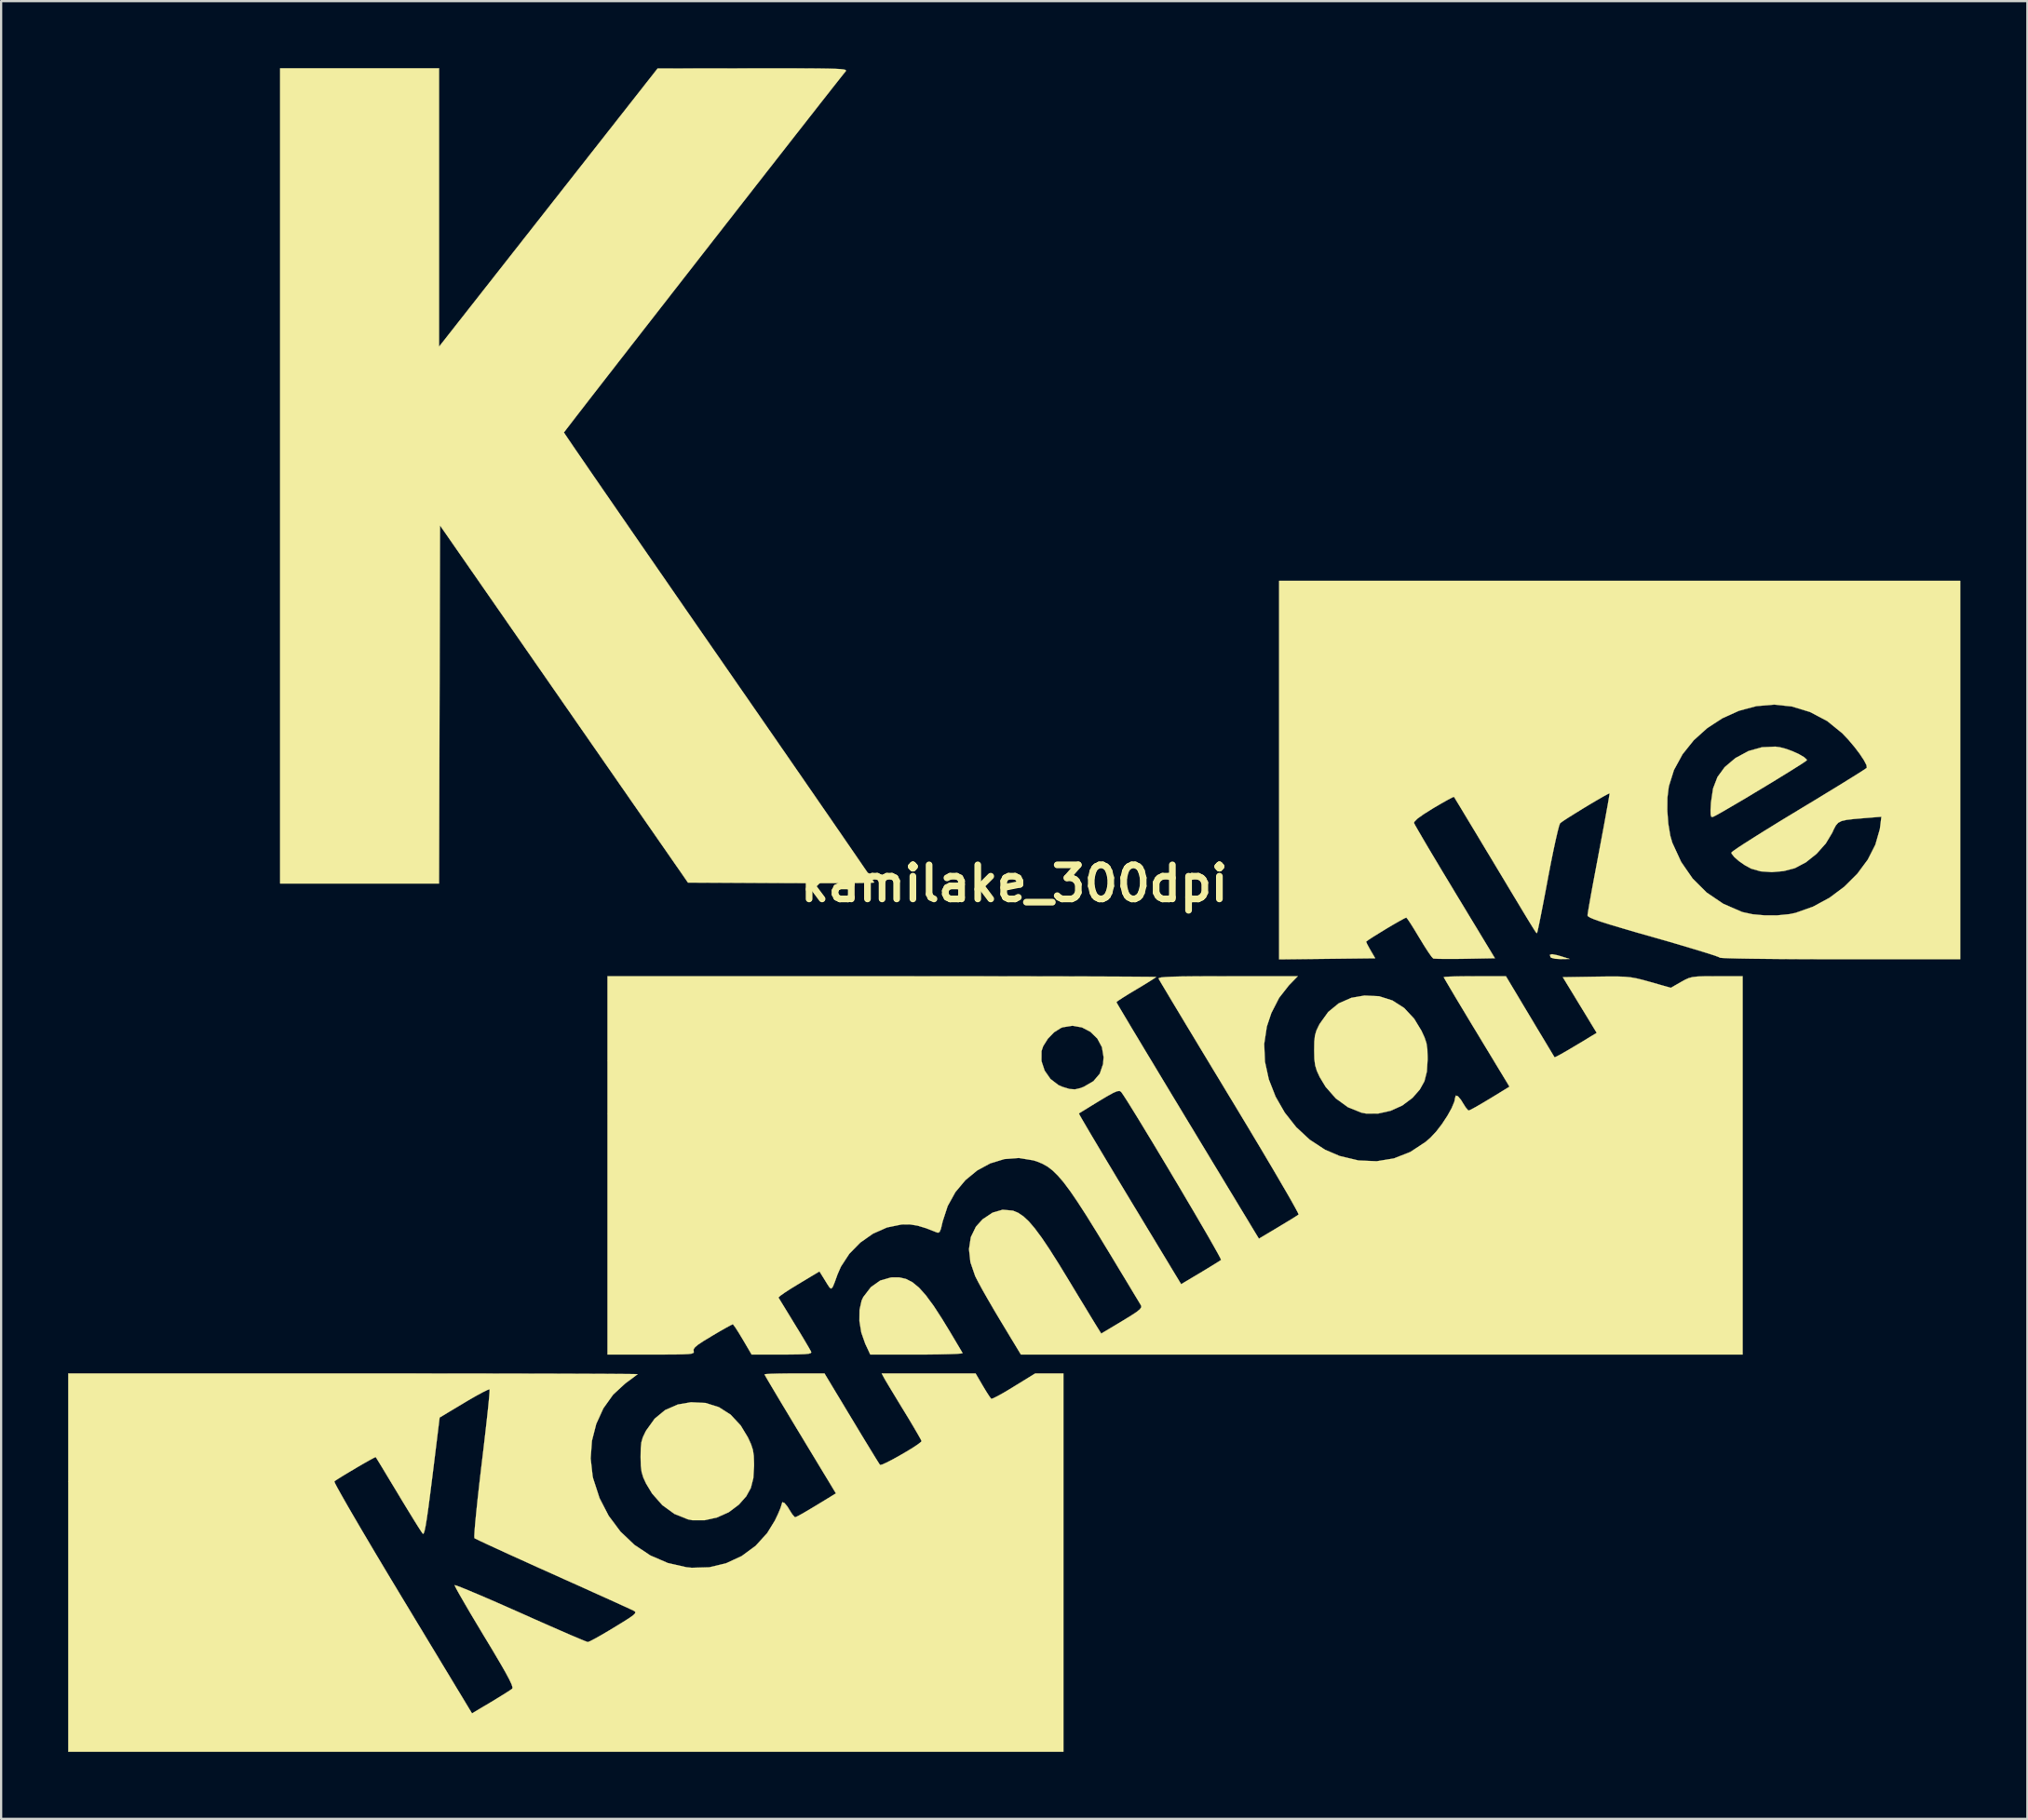
<source format=kicad_pcb>
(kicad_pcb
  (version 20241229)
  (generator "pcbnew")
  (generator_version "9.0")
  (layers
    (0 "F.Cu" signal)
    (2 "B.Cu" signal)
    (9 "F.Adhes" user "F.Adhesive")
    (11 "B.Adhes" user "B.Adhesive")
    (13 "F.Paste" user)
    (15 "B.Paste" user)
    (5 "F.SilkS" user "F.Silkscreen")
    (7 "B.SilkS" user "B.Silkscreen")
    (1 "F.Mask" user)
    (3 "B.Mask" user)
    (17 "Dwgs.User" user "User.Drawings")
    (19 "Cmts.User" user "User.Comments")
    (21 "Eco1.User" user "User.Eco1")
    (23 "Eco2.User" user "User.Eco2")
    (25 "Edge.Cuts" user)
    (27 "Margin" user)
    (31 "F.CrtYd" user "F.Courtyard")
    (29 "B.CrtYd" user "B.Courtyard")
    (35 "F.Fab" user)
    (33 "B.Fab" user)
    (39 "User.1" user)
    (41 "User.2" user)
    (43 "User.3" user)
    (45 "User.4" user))
  (footprint "kamilake_300dpi"
    (layer "F.Cu")
    (at 42.338 36.496)
    (property "Reference" "kamilake_300dpi" (at 0 0 0) (layer "F.SilkS") (effects (font (size 1.524 1.524) (thickness 0.3))))
    (attr through_hole)
    (fp_poly (pts (xy 24.301 3.209) (xy 24.439 3.249) (xy 24.85 3.375) (xy 24.452 3.381) (xy 24.206 3.367) (xy 24.036 3.324) (xy 24 3.296) (xy 23.97 3.192) (xy 24.067 3.163) (xy 24.301 3.209)) (stroke (width 0.01) (type solid)) (fill yes) (layer "F.SilkS"))
    (fp_poly (pts (xy -5.143 17.63) (xy -4.845 17.698) (xy -4.557 17.845) (xy -4.264 18.086) (xy -3.954 18.432) (xy -3.611 18.897) (xy -3.223 19.494) (xy -2.907 20.013) (xy -2.693 20.371) (xy -2.511 20.677) (xy -2.379 20.901) (xy -2.313 21.013) (xy -2.31 21.018) (xy -2.381 21.036) (xy -2.6 21.052) (xy -2.942 21.065) (xy -3.387 21.075) (xy -3.912 21.081) (xy -4.36 21.082) (xy -6.444 21.082) (xy -6.67 20.595) (xy -6.843 20.1) (xy -6.929 19.581) (xy -6.924 19.085) (xy -6.828 18.661) (xy -6.755 18.508) (xy -6.415 18.064) (xy -6.002 17.772) (xy -5.522 17.634) (xy -5.465 17.629) (xy -5.143 17.63)) (stroke (width 0.01) (type solid)) (fill yes) (layer "F.SilkS"))
    (fp_poly (pts (xy 34.259 -6.101) (xy 34.539 -6.028) (xy 34.842 -5.916) (xy 35.126 -5.785) (xy 35.348 -5.656) (xy 35.464 -5.549) (xy 35.473 -5.521) (xy 35.403 -5.465) (xy 35.209 -5.336) (xy 34.913 -5.149) (xy 34.538 -4.916) (xy 34.106 -4.65) (xy 33.638 -4.366) (xy 33.158 -4.077) (xy 32.687 -3.795) (xy 32.247 -3.535) (xy 31.861 -3.31) (xy 31.55 -3.132) (xy 31.338 -3.016) (xy 31.25 -2.976) (xy 31.192 -2.989) (xy 31.163 -3.087) (xy 31.16 -3.296) (xy 31.178 -3.619) (xy 31.272 -4.251) (xy 31.471 -4.77) (xy 31.792 -5.209) (xy 32.253 -5.6) (xy 32.296 -5.629) (xy 32.862 -5.932) (xy 33.463 -6.101) (xy 34.058 -6.128) (xy 34.259 -6.101)) (stroke (width 0.01) (type solid)) (fill yes) (layer "F.SilkS"))
    (fp_poly (pts (xy -13.814 23.249) (xy -13.218 23.436) (xy -12.691 23.774) (xy -12.241 24.257) (xy -11.919 24.79) (xy -11.778 25.096) (xy -11.695 25.348) (xy -11.655 25.615) (xy -11.643 25.965) (xy -11.643 26.076) (xy -11.676 26.618) (xy -11.786 27.052) (xy -11.993 27.428) (xy -12.318 27.795) (xy -12.325 27.802) (xy -12.772 28.138) (xy -13.3 28.375) (xy -13.86 28.5) (xy -14.402 28.499) (xy -14.605 28.459) (xy -15.207 28.216) (xy -15.747 27.826) (xy -16.205 27.307) (xy -16.474 26.86) (xy -16.601 26.586) (xy -16.675 26.342) (xy -16.711 26.063) (xy -16.721 25.685) (xy -16.721 25.654) (xy -16.714 25.277) (xy -16.686 25.008) (xy -16.622 24.787) (xy -16.509 24.552) (xy -16.472 24.483) (xy -16.093 23.954) (xy -15.622 23.566) (xy -15.057 23.319) (xy -14.468 23.218) (xy -13.814 23.249)) (stroke (width 0.01) (type solid)) (fill yes) (layer "F.SilkS"))
    (fp_poly (pts (xy 16.328 5.045) (xy 16.923 5.233) (xy 17.45 5.571) (xy 17.9 6.054) (xy 18.222 6.587) (xy 18.363 6.893) (xy 18.447 7.145) (xy 18.487 7.412) (xy 18.498 7.762) (xy 18.499 7.872) (xy 18.466 8.415) (xy 18.356 8.849) (xy 18.148 9.224) (xy 17.824 9.592) (xy 17.816 9.599) (xy 17.369 9.934) (xy 16.841 10.172) (xy 16.282 10.297) (xy 15.74 10.295) (xy 15.536 10.256) (xy 14.934 10.013) (xy 14.394 9.623) (xy 13.936 9.104) (xy 13.667 8.657) (xy 13.54 8.382) (xy 13.466 8.138) (xy 13.43 7.86) (xy 13.421 7.482) (xy 13.421 7.451) (xy 13.427 7.074) (xy 13.456 6.805) (xy 13.52 6.583) (xy 13.632 6.348) (xy 13.67 6.279) (xy 14.048 5.75) (xy 14.52 5.363) (xy 15.084 5.116) (xy 15.673 5.014) (xy 16.328 5.045)) (stroke (width 0.01) (type solid)) (fill yes) (layer "F.SilkS"))
    (fp_poly (pts (xy -25.739 -24.031) (xy -20.849 -30.257) (xy -15.96 -36.482) (xy -11.692 -36.487) (xy -10.733 -36.488) (xy -9.93 -36.487) (xy -9.269 -36.486) (xy -8.738 -36.482) (xy -8.324 -36.476) (xy -8.012 -36.468) (xy -7.79 -36.456) (xy -7.645 -36.44) (xy -7.563 -36.421) (xy -7.53 -36.396) (xy -7.535 -36.367) (xy -7.552 -36.343) (xy -7.641 -36.234) (xy -7.824 -36.004) (xy -8.092 -35.663) (xy -8.439 -35.223) (xy -8.856 -34.691) (xy -9.335 -34.079) (xy -9.87 -33.397) (xy -10.451 -32.653) (xy -11.072 -31.859) (xy -11.724 -31.024) (xy -12.4 -30.158) (xy -13.092 -29.271) (xy -13.793 -28.373) (xy -14.494 -27.473) (xy -15.188 -26.583) (xy -15.867 -25.711) (xy -16.524 -24.868) (xy -17.15 -24.064) (xy -17.738 -23.308) (xy -18.28 -22.611) (xy -18.769 -21.982) (xy -19.196 -21.431) (xy -19.554 -20.968) (xy -19.835 -20.604) (xy -20.031 -20.348) (xy -20.136 -20.21) (xy -20.151 -20.188) (xy -20.103 -20.114) (xy -19.965 -19.908) (xy -19.741 -19.579) (xy -19.436 -19.135) (xy -19.057 -18.582) (xy -18.608 -17.929) (xy -18.094 -17.184) (xy -17.522 -16.355) (xy -16.897 -15.449) (xy -16.223 -14.474) (xy -15.507 -13.438) (xy -14.754 -12.348) (xy -13.969 -11.214) (xy -13.208 -10.116) (xy -12.398 -8.946) (xy -11.614 -7.814) (xy -10.863 -6.728) (xy -10.149 -5.695) (xy -9.479 -4.725) (xy -8.857 -3.823) (xy -8.288 -2.999) (xy -7.779 -2.26) (xy -7.334 -1.613) (xy -6.959 -1.067) (xy -6.659 -0.63) (xy -6.44 -0.308) (xy -6.307 -0.111) (xy -6.265 -0.046) (xy -6.347 -0.037) (xy -6.582 -0.029) (xy -6.955 -0.023) (xy -7.448 -0.019) (xy -8.045 -0.016) (xy -8.732 -0.016) (xy -9.49 -0.017) (xy -10.305 -0.02) (xy -10.434 -0.02) (xy -14.602 -0.042) (xy -25.696 -16.025) (xy -25.718 -8.013) (xy -25.74 0) (xy -32.851 0) (xy -32.851 -36.491) (xy -25.739 -36.491) (xy -25.739 -24.031)) (stroke (width 0.01) (type solid)) (fill yes) (layer "F.SilkS"))
    (fp_poly (pts (xy 42.333 3.387) (xy 36.957 3.387) (xy 36.02 3.386) (xy 35.135 3.383) (xy 34.316 3.378) (xy 33.577 3.371) (xy 32.933 3.364) (xy 32.398 3.355) (xy 31.985 3.344) (xy 31.71 3.333) (xy 31.586 3.322) (xy 31.581 3.319) (xy 31.502 3.281) (xy 31.279 3.203) (xy 30.928 3.091) (xy 30.469 2.95) (xy 29.919 2.785) (xy 29.297 2.603) (xy 28.62 2.409) (xy 28.618 2.408) (xy 27.814 2.179) (xy 27.161 1.988) (xy 26.644 1.833) (xy 26.252 1.708) (xy 25.97 1.609) (xy 25.785 1.532) (xy 25.684 1.473) (xy 25.654 1.427) (xy 25.67 1.312) (xy 25.713 1.052) (xy 25.781 0.668) (xy 25.869 0.181) (xy 25.975 -0.388) (xy 26.093 -1.017) (xy 26.158 -1.364) (xy 26.28 -2.01) (xy 26.391 -2.6) (xy 26.485 -3.115) (xy 26.513 -3.268) (xy 29.224 -3.268) (xy 29.269 -2.676) (xy 29.36 -2.135) (xy 29.45 -1.826) (xy 29.843 -0.97) (xy 30.358 -0.224) (xy 30.987 0.403) (xy 31.722 0.902) (xy 32.553 1.265) (xy 32.597 1.28) (xy 33.044 1.377) (xy 33.587 1.426) (xy 34.158 1.424) (xy 34.69 1.371) (xy 34.963 1.314) (xy 35.747 1.035) (xy 36.481 0.638) (xy 37.146 0.142) (xy 37.724 -0.433) (xy 38.193 -1.066) (xy 38.536 -1.739) (xy 38.734 -2.431) (xy 38.754 -2.574) (xy 38.804 -2.989) (xy 38.052 -2.928) (xy 37.582 -2.888) (xy 37.249 -2.849) (xy 37.023 -2.797) (xy 36.872 -2.718) (xy 36.766 -2.596) (xy 36.672 -2.419) (xy 36.606 -2.273) (xy 36.315 -1.789) (xy 35.908 -1.333) (xy 35.433 -0.952) (xy 34.938 -0.69) (xy 34.925 -0.685) (xy 34.433 -0.556) (xy 33.904 -0.509) (xy 33.4 -0.545) (xy 32.981 -0.665) (xy 32.978 -0.666) (xy 32.7 -0.817) (xy 32.435 -1) (xy 32.223 -1.184) (xy 32.103 -1.336) (xy 32.091 -1.383) (xy 32.161 -1.447) (xy 32.362 -1.587) (xy 32.678 -1.795) (xy 33.095 -2.06) (xy 33.596 -2.374) (xy 34.166 -2.726) (xy 34.792 -3.107) (xy 35.098 -3.292) (xy 35.746 -3.683) (xy 36.347 -4.049) (xy 36.888 -4.38) (xy 37.352 -4.666) (xy 37.725 -4.899) (xy 37.99 -5.068) (xy 38.133 -5.164) (xy 38.153 -5.181) (xy 38.137 -5.301) (xy 38.027 -5.515) (xy 37.842 -5.794) (xy 37.604 -6.108) (xy 37.334 -6.429) (xy 37.053 -6.726) (xy 37.048 -6.731) (xy 36.376 -7.275) (xy 35.613 -7.676) (xy 34.798 -7.925) (xy 34.006 -8.009) (xy 33.21 -7.94) (xy 32.431 -7.731) (xy 31.69 -7.398) (xy 31.007 -6.952) (xy 30.405 -6.409) (xy 29.904 -5.781) (xy 29.524 -5.083) (xy 29.292 -4.345) (xy 29.23 -3.847) (xy 29.224 -3.268) (xy 26.513 -3.268) (xy 26.561 -3.535) (xy 26.613 -3.839) (xy 26.64 -4.008) (xy 26.642 -4.036) (xy 26.564 -4.005) (xy 26.374 -3.902) (xy 26.101 -3.745) (xy 25.777 -3.553) (xy 25.43 -3.344) (xy 25.093 -3.136) (xy 24.795 -2.949) (xy 24.567 -2.8) (xy 24.439 -2.707) (xy 24.427 -2.696) (xy 24.384 -2.586) (xy 24.317 -2.331) (xy 24.23 -1.955) (xy 24.128 -1.478) (xy 24.016 -0.924) (xy 23.898 -0.315) (xy 23.879 -0.212) (xy 23.764 0.399) (xy 23.657 0.955) (xy 23.564 1.433) (xy 23.488 1.812) (xy 23.433 2.071) (xy 23.404 2.19) (xy 23.402 2.194) (xy 23.394 2.208) (xy 23.387 2.219) (xy 23.373 2.213) (xy 23.343 2.18) (xy 23.292 2.105) (xy 23.21 1.976) (xy 23.089 1.781) (xy 22.923 1.507) (xy 22.702 1.142) (xy 22.42 0.673) (xy 22.068 0.088) (xy 21.639 -0.627) (xy 21.507 -0.847) (xy 21.118 -1.493) (xy 20.758 -2.092) (xy 20.434 -2.631) (xy 20.155 -3.092) (xy 19.933 -3.462) (xy 19.774 -3.724) (xy 19.689 -3.863) (xy 19.678 -3.882) (xy 19.601 -3.852) (xy 19.408 -3.75) (xy 19.127 -3.591) (xy 18.786 -3.392) (xy 18.756 -3.374) (xy 18.325 -3.105) (xy 18.043 -2.903) (xy 17.906 -2.764) (xy 17.891 -2.709) (xy 17.941 -2.611) (xy 18.07 -2.385) (xy 18.267 -2.045) (xy 18.524 -1.609) (xy 18.831 -1.093) (xy 19.179 -0.512) (xy 19.559 0.118) (xy 19.717 0.381) (xy 21.51 3.344) (xy 20.178 3.368) (xy 19.715 3.374) (xy 19.31 3.374) (xy 18.993 3.37) (xy 18.796 3.361) (xy 18.75 3.355) (xy 18.672 3.271) (xy 18.53 3.07) (xy 18.343 2.782) (xy 18.132 2.436) (xy 18.123 2.421) (xy 17.917 2.078) (xy 17.739 1.795) (xy 17.61 1.602) (xy 17.545 1.524) (xy 17.544 1.524) (xy 17.45 1.565) (xy 17.251 1.673) (xy 16.98 1.829) (xy 16.672 2.011) (xy 16.362 2.2) (xy 16.083 2.373) (xy 15.87 2.511) (xy 15.757 2.593) (xy 15.748 2.605) (xy 15.787 2.7) (xy 15.887 2.887) (xy 15.951 2.999) (xy 16.155 3.346) (xy 14.004 3.37) (xy 11.853 3.394) (xy 11.853 -13.547) (xy 42.333 -13.547) (xy 42.333 3.387)) (stroke (width 0.01) (type solid)) (fill yes) (layer "F.SilkS"))
    (fp_poly (pts (xy -28.122 21.929) (xy -26.715 21.93) (xy -25.363 21.931) (xy -24.078 21.932) (xy -22.868 21.934) (xy -21.741 21.936) (xy -20.708 21.938) (xy -19.777 21.941) (xy -18.958 21.944) (xy -18.26 21.947) (xy -17.692 21.951) (xy -17.263 21.954) (xy -16.983 21.958) (xy -16.861 21.962) (xy -16.856 21.963) (xy -16.936 22.026) (xy -17.117 22.162) (xy -17.362 22.343) (xy -17.404 22.374) (xy -17.95 22.877) (xy -18.387 23.491) (xy -18.706 24.188) (xy -18.898 24.943) (xy -18.955 25.73) (xy -18.867 26.523) (xy -18.844 26.628) (xy -18.559 27.507) (xy -18.146 28.305) (xy -17.62 29.008) (xy -16.994 29.603) (xy -16.284 30.075) (xy -15.504 30.413) (xy -14.668 30.602) (xy -14.432 30.626) (xy -13.647 30.604) (xy -12.895 30.425) (xy -12.198 30.102) (xy -11.577 29.647) (xy -11.056 29.074) (xy -10.713 28.514) (xy -10.571 28.217) (xy -10.466 27.969) (xy -10.416 27.817) (xy -10.414 27.802) (xy -10.379 27.692) (xy -10.286 27.723) (xy -10.151 27.885) (xy -10.065 28.025) (xy -9.937 28.227) (xy -9.832 28.348) (xy -9.801 28.363) (xy -9.704 28.322) (xy -9.494 28.208) (xy -9.202 28.039) (xy -8.858 27.833) (xy -8.854 27.83) (xy -7.98 27.297) (xy -9.578 24.654) (xy -9.943 24.049) (xy -10.278 23.491) (xy -10.575 22.996) (xy -10.823 22.58) (xy -11.012 22.259) (xy -11.133 22.05) (xy -11.176 21.97) (xy -11.176 21.97) (xy -11.096 21.956) (xy -10.875 21.944) (xy -10.542 21.935) (xy -10.125 21.93) (xy -9.834 21.929) (xy -8.491 21.929) (xy -7.28 23.939) (xy -6.962 24.467) (xy -6.67 24.949) (xy -6.417 25.364) (xy -6.214 25.694) (xy -6.074 25.919) (xy -6.008 26.021) (xy -6.006 26.023) (xy -5.917 26.007) (xy -5.72 25.92) (xy -5.448 25.78) (xy -5.136 25.608) (xy -4.818 25.423) (xy -4.528 25.245) (xy -4.3 25.093) (xy -4.168 24.987) (xy -4.149 24.957) (xy -4.191 24.867) (xy -4.308 24.658) (xy -4.486 24.353) (xy -4.71 23.977) (xy -4.94 23.598) (xy -5.203 23.168) (xy -5.44 22.776) (xy -5.636 22.45) (xy -5.774 22.219) (xy -5.832 22.116) (xy -5.933 21.929) (xy -1.729 21.929) (xy -1.407 22.479) (xy -1.244 22.749) (xy -1.111 22.956) (xy -1.031 23.061) (xy -1.026 23.066) (xy -0.936 23.037) (xy -0.731 22.934) (xy -0.44 22.771) (xy -0.092 22.563) (xy -0.015 22.515) (xy 0.937 21.929) (xy 2.201 21.929) (xy 2.201 38.862) (xy -42.333 38.862) (xy -42.333 26.76) (xy -30.426 26.76) (xy -30.396 26.841) (xy -30.284 27.056) (xy -30.097 27.391) (xy -29.843 27.836) (xy -29.528 28.38) (xy -29.159 29.009) (xy -28.743 29.713) (xy -28.286 30.481) (xy -27.795 31.299) (xy -27.382 31.984) (xy -24.265 37.143) (xy -23.414 36.636) (xy -23.069 36.427) (xy -22.772 36.243) (xy -22.558 36.104) (xy -22.462 36.035) (xy -22.453 35.972) (xy -22.497 35.837) (xy -22.6 35.619) (xy -22.769 35.305) (xy -23.01 34.884) (xy -23.33 34.343) (xy -23.714 33.706) (xy -24.048 33.15) (xy -24.351 32.641) (xy -24.611 32.196) (xy -24.82 31.833) (xy -24.965 31.571) (xy -25.037 31.427) (xy -25.043 31.405) (xy -24.963 31.424) (xy -24.746 31.506) (xy -24.409 31.643) (xy -23.968 31.828) (xy -23.441 32.055) (xy -22.844 32.316) (xy -22.195 32.603) (xy -22.1 32.646) (xy -21.441 32.939) (xy -20.829 33.21) (xy -20.28 33.45) (xy -19.814 33.652) (xy -19.448 33.807) (xy -19.199 33.91) (xy -19.084 33.951) (xy -19.08 33.951) (xy -18.975 33.909) (xy -18.755 33.793) (xy -18.447 33.619) (xy -18.08 33.403) (xy -17.91 33.3) (xy -17.498 33.047) (xy -17.215 32.867) (xy -17.042 32.743) (xy -16.962 32.66) (xy -16.958 32.604) (xy -17.011 32.559) (xy -17.035 32.546) (xy -17.151 32.491) (xy -17.405 32.374) (xy -17.781 32.203) (xy -18.26 31.986) (xy -18.827 31.73) (xy -19.465 31.442) (xy -20.158 31.131) (xy -20.659 30.906) (xy -21.373 30.585) (xy -22.04 30.283) (xy -22.644 30.009) (xy -23.169 29.768) (xy -23.599 29.57) (xy -23.917 29.42) (xy -24.108 29.327) (xy -24.158 29.299) (xy -24.163 29.203) (xy -24.149 28.957) (xy -24.118 28.58) (xy -24.07 28.091) (xy -24.009 27.507) (xy -23.935 26.849) (xy -23.851 26.133) (xy -23.83 25.957) (xy -23.743 25.232) (xy -23.665 24.56) (xy -23.598 23.96) (xy -23.543 23.45) (xy -23.504 23.048) (xy -23.481 22.774) (xy -23.476 22.644) (xy -23.478 22.637) (xy -23.563 22.662) (xy -23.766 22.761) (xy -24.061 22.921) (xy -24.421 23.128) (xy -24.62 23.246) (xy -25.714 23.903) (xy -26.041 26.556) (xy -26.138 27.325) (xy -26.218 27.938) (xy -26.285 28.407) (xy -26.341 28.747) (xy -26.387 28.968) (xy -26.427 29.085) (xy -26.461 29.109) (xy -26.467 29.104) (xy -26.538 29.003) (xy -26.682 28.779) (xy -26.885 28.454) (xy -27.133 28.051) (xy -27.413 27.59) (xy -27.559 27.347) (xy -27.845 26.873) (xy -28.1 26.45) (xy -28.312 26.099) (xy -28.469 25.841) (xy -28.559 25.695) (xy -28.574 25.671) (xy -28.649 25.703) (xy -28.835 25.803) (xy -29.098 25.952) (xy -29.406 26.131) (xy -29.723 26.319) (xy -30.017 26.496) (xy -30.255 26.644) (xy -30.403 26.742) (xy -30.426 26.76) (xy -42.333 26.76) (xy -42.333 21.929) (xy -29.577 21.929) (xy -28.122 21.929)) (stroke (width 0.01) (type solid)) (fill yes) (layer "F.SilkS"))
    (fp_poly (pts (xy -4.499 4.149) (xy -3.119 4.15) (xy -1.795 4.151) (xy -0.537 4.152) (xy 0.646 4.154) (xy 1.744 4.156) (xy 2.748 4.158) (xy 3.648 4.161) (xy 4.436 4.164) (xy 5.101 4.167) (xy 5.635 4.171) (xy 6.027 4.174) (xy 6.268 4.178) (xy 6.35 4.182) (xy 6.282 4.235) (xy 6.095 4.356) (xy 5.818 4.527) (xy 5.479 4.73) (xy 5.461 4.741) (xy 5.12 4.946) (xy 4.839 5.121) (xy 4.647 5.247) (xy 4.572 5.307) (xy 4.572 5.308) (xy 4.615 5.386) (xy 4.738 5.596) (xy 4.936 5.929) (xy 5.2 6.372) (xy 5.525 6.914) (xy 5.903 7.543) (xy 6.328 8.248) (xy 6.791 9.018) (xy 7.288 9.841) (xy 7.76 10.623) (xy 10.949 15.896) (xy 11.803 15.386) (xy 12.145 15.18) (xy 12.434 15.004) (xy 12.638 14.875) (xy 12.726 14.816) (xy 12.694 14.736) (xy 12.581 14.523) (xy 12.394 14.188) (xy 12.138 13.743) (xy 11.822 13.201) (xy 11.452 12.571) (xy 11.034 11.867) (xy 10.575 11.099) (xy 10.082 10.279) (xy 9.647 9.559) (xy 9.129 8.702) (xy 8.636 7.887) (xy 8.176 7.124) (xy 7.755 6.426) (xy 7.381 5.805) (xy 7.061 5.271) (xy 6.802 4.838) (xy 6.61 4.516) (xy 6.493 4.317) (xy 6.459 4.255) (xy 6.48 4.226) (xy 6.579 4.203) (xy 6.767 4.185) (xy 7.059 4.17) (xy 7.467 4.16) (xy 8.004 4.154) (xy 8.684 4.15) (xy 9.519 4.149) (xy 9.553 4.149) (xy 12.689 4.149) (xy 12.292 4.556) (xy 11.855 5.116) (xy 11.507 5.793) (xy 11.304 6.403) (xy 11.186 7.179) (xy 11.22 7.975) (xy 11.393 8.767) (xy 11.693 9.535) (xy 12.107 10.256) (xy 12.622 10.908) (xy 13.226 11.468) (xy 13.908 11.914) (xy 14.563 12.196) (xy 15.404 12.395) (xy 16.217 12.43) (xy 16.993 12.303) (xy 17.724 12.015) (xy 18.403 11.568) (xy 18.628 11.373) (xy 18.884 11.099) (xy 19.144 10.761) (xy 19.382 10.398) (xy 19.575 10.05) (xy 19.697 9.757) (xy 19.727 9.598) (xy 19.762 9.489) (xy 19.856 9.52) (xy 19.99 9.681) (xy 20.076 9.821) (xy 20.204 10.023) (xy 20.31 10.145) (xy 20.34 10.16) (xy 20.437 10.118) (xy 20.647 10.004) (xy 20.94 9.836) (xy 21.283 9.63) (xy 21.288 9.627) (xy 22.162 9.093) (xy 20.691 6.662) (xy 20.341 6.083) (xy 20.021 5.551) (xy 19.741 5.083) (xy 19.511 4.696) (xy 19.341 4.407) (xy 19.242 4.234) (xy 19.219 4.19) (xy 19.299 4.176) (xy 19.521 4.164) (xy 19.856 4.155) (xy 20.276 4.15) (xy 20.611 4.149) (xy 22.004 4.149) (xy 23.08 5.948) (xy 23.377 6.444) (xy 23.645 6.89) (xy 23.871 7.266) (xy 24.043 7.552) (xy 24.15 7.729) (xy 24.18 7.777) (xy 24.257 7.747) (xy 24.451 7.644) (xy 24.733 7.484) (xy 25.076 7.281) (xy 25.135 7.246) (xy 26.066 6.685) (xy 25.307 5.438) (xy 24.548 4.191) (xy 26.043 4.168) (xy 26.587 4.161) (xy 27.001 4.161) (xy 27.323 4.173) (xy 27.592 4.199) (xy 27.846 4.245) (xy 28.125 4.313) (xy 28.46 4.406) (xy 29.382 4.667) (xy 29.836 4.408) (xy 30.024 4.304) (xy 30.185 4.232) (xy 30.357 4.187) (xy 30.578 4.162) (xy 30.884 4.151) (xy 31.313 4.149) (xy 31.443 4.149) (xy 32.597 4.149) (xy 32.597 21.082) (xy 0.296 21.081) (xy -0.611 19.579) (xy -0.903 19.089) (xy -1.18 18.613) (xy -1.424 18.183) (xy -1.617 17.83) (xy -1.742 17.586) (xy -1.75 17.568) (xy -1.961 16.95) (xy -2.025 16.365) (xy -1.943 15.83) (xy -1.717 15.361) (xy -1.416 15.028) (xy -0.969 14.731) (xy -0.519 14.601) (xy -0.068 14.641) (xy -0.046 14.647) (xy 0.177 14.739) (xy 0.405 14.892) (xy 0.649 15.119) (xy 0.919 15.434) (xy 1.227 15.849) (xy 1.584 16.379) (xy 2 17.037) (xy 2.325 17.568) (xy 2.648 18.103) (xy 2.953 18.606) (xy 3.225 19.054) (xy 3.449 19.423) (xy 3.613 19.692) (xy 3.698 19.83) (xy 3.893 20.144) (xy 4.823 19.587) (xy 5.213 19.349) (xy 5.473 19.177) (xy 5.625 19.053) (xy 5.685 18.963) (xy 5.676 18.892) (xy 5.615 18.788) (xy 5.477 18.558) (xy 5.273 18.219) (xy 5.015 17.791) (xy 4.713 17.291) (xy 4.379 16.738) (xy 4.173 16.398) (xy 3.657 15.551) (xy 3.213 14.838) (xy 2.832 14.248) (xy 2.502 13.766) (xy 2.214 13.38) (xy 1.955 13.077) (xy 1.717 12.844) (xy 1.487 12.669) (xy 1.256 12.539) (xy 1.013 12.44) (xy 0.857 12.391) (xy 0.206 12.285) (xy -0.444 12.334) (xy -1.072 12.525) (xy -1.659 12.844) (xy -2.185 13.277) (xy -2.632 13.811) (xy -2.978 14.434) (xy -3.204 15.13) (xy -3.216 15.183) (xy -3.281 15.459) (xy -3.342 15.598) (xy -3.416 15.63) (xy -3.457 15.618) (xy -3.939 15.43) (xy -4.321 15.315) (xy -4.65 15.261) (xy -4.973 15.258) (xy -5.049 15.263) (xy -5.696 15.395) (xy -6.32 15.672) (xy -6.891 16.073) (xy -7.38 16.573) (xy -7.757 17.149) (xy -7.906 17.491) (xy -8.033 17.845) (xy -8.119 18.054) (xy -8.188 18.132) (xy -8.26 18.09) (xy -8.36 17.941) (xy -8.448 17.796) (xy -8.716 17.362) (xy -9.648 17.92) (xy -9.995 18.133) (xy -10.278 18.316) (xy -10.472 18.454) (xy -10.55 18.527) (xy -10.55 18.531) (xy -10.497 18.618) (xy -10.372 18.824) (xy -10.19 19.122) (xy -9.967 19.486) (xy -9.824 19.72) (xy -9.582 20.117) (xy -9.371 20.468) (xy -9.207 20.746) (xy -9.107 20.924) (xy -9.085 20.969) (xy -9.097 21.012) (xy -9.187 21.043) (xy -9.375 21.064) (xy -9.681 21.076) (xy -10.126 21.081) (xy -10.397 21.082) (xy -11.753 21.082) (xy -12.15 20.405) (xy -12.328 20.109) (xy -12.476 19.879) (xy -12.573 19.747) (xy -12.596 19.727) (xy -12.684 19.768) (xy -12.888 19.879) (xy -13.176 20.043) (xy -13.518 20.244) (xy -13.522 20.246) (xy -13.901 20.476) (xy -14.152 20.643) (xy -14.295 20.765) (xy -14.351 20.858) (xy -14.348 20.923) (xy -14.339 20.974) (xy -14.362 21.012) (xy -14.436 21.041) (xy -14.582 21.06) (xy -14.819 21.072) (xy -15.166 21.079) (xy -15.644 21.081) (xy -16.25 21.082) (xy -18.203 21.082) (xy -18.203 10.292) (xy 2.893 10.292) (xy 2.93 10.367) (xy 3.047 10.573) (xy 3.236 10.896) (xy 3.489 11.324) (xy 3.797 11.843) (xy 4.154 12.439) (xy 4.55 13.1) (xy 4.978 13.811) (xy 5.167 14.124) (xy 7.469 17.933) (xy 8.328 17.421) (xy 8.67 17.214) (xy 8.96 17.037) (xy 9.166 16.908) (xy 9.255 16.848) (xy 9.223 16.769) (xy 9.113 16.562) (xy 8.935 16.243) (xy 8.699 15.829) (xy 8.414 15.337) (xy 8.09 14.783) (xy 7.737 14.184) (xy 7.366 13.555) (xy 6.985 12.915) (xy 6.605 12.279) (xy 6.235 11.663) (xy 5.885 11.085) (xy 5.566 10.561) (xy 5.287 10.107) (xy 5.058 9.741) (xy 4.888 9.478) (xy 4.789 9.335) (xy 4.778 9.323) (xy 4.711 9.284) (xy 4.603 9.297) (xy 4.429 9.37) (xy 4.165 9.516) (xy 3.795 9.738) (xy 3.455 9.945) (xy 3.173 10.119) (xy 2.976 10.24) (xy 2.894 10.292) (xy 2.893 10.292) (xy -18.203 10.292) (xy -18.203 7.945) (xy 1.218 7.945) (xy 1.36 8.374) (xy 1.622 8.747) (xy 1.981 9.023) (xy 2.159 9.101) (xy 2.476 9.197) (xy 2.72 9.214) (xy 2.97 9.154) (xy 3.111 9.098) (xy 3.542 8.847) (xy 3.828 8.51) (xy 3.975 8.079) (xy 3.999 7.772) (xy 3.924 7.325) (xy 3.717 6.94) (xy 3.409 6.638) (xy 3.03 6.44) (xy 2.607 6.365) (xy 2.172 6.434) (xy 2.091 6.464) (xy 1.783 6.66) (xy 1.501 6.952) (xy 1.294 7.282) (xy 1.221 7.499) (xy 1.218 7.945) (xy -18.203 7.945) (xy -18.203 4.149) (xy -5.927 4.149) (xy -4.499 4.149)) (stroke (width 0.01) (type solid)) (fill yes) (layer "F.SilkS")))
  (gr_rect
    (start -3 -3)
    (end 87.677 78.363)
    (stroke (width 0.1) (type default))
    (fill no)
    (layer "Edge.Cuts")))
</source>
